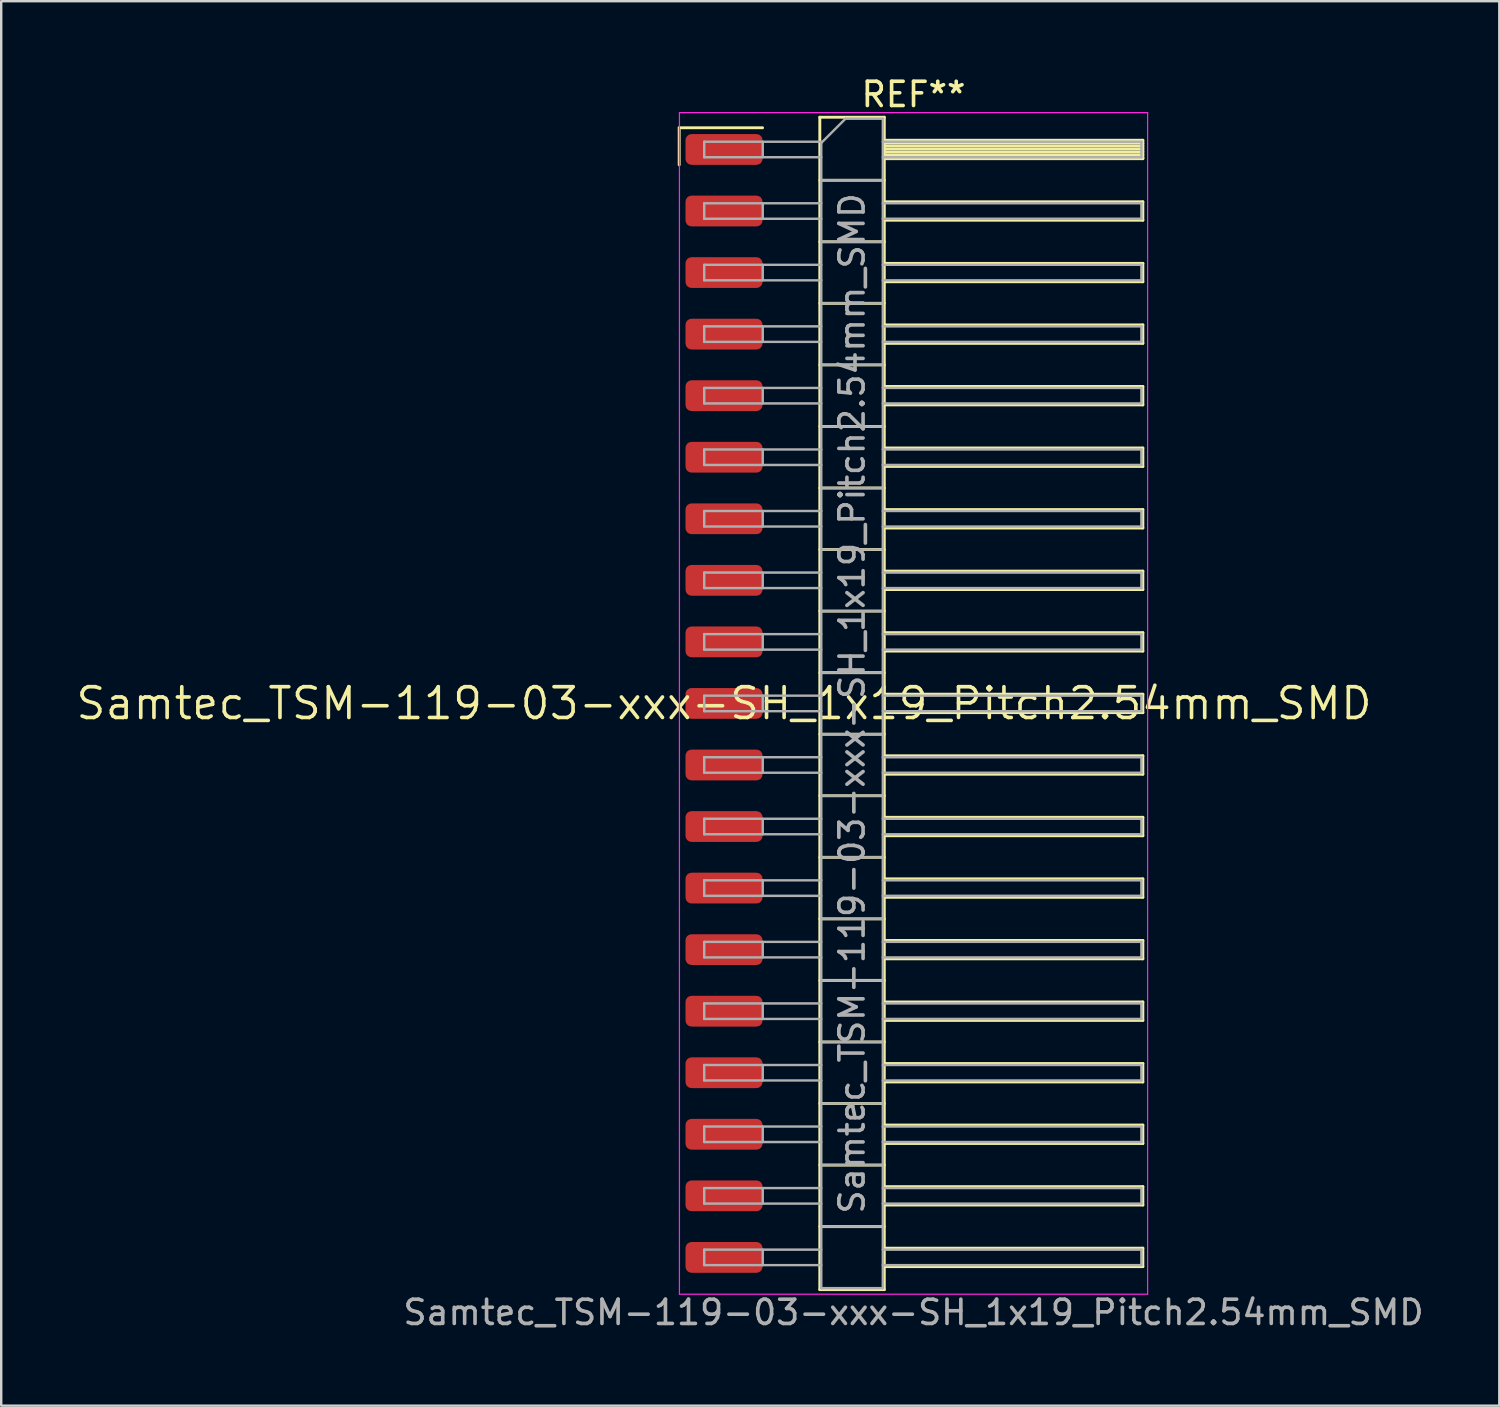
<source format=kicad_pcb>
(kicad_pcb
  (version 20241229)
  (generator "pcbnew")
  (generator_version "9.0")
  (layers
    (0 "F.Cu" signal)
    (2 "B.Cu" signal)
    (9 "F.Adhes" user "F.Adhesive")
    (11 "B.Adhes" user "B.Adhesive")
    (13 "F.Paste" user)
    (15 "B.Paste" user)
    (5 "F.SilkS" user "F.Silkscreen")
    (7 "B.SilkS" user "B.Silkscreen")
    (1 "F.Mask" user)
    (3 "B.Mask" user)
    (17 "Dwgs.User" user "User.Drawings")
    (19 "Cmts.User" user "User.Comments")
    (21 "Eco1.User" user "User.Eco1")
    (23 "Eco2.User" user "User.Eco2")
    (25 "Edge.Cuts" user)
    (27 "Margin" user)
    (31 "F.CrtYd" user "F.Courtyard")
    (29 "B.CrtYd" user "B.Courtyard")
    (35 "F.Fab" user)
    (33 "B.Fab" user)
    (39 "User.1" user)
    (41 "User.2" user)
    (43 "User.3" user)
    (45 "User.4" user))
  (footprint "Samtec_TSM-119-03-xxx-SH_1x19_Pitch2.54mm_SMD"
    (layer "F.Cu")
    (at 26.828 25.978)
    (property "Reference" "Samtec_TSM-119-03-xxx-SH_1x19_Pitch2.54mm_SMD" (at 0 0 0) (layer "F.SilkS") (effects (font (size 1.27 1.27) (thickness 0.15))))
    (attr smd)
    (fp_line (start -1.85 -23.755) (end 1.59 -23.755) (stroke (width 0.12) (type solid)) (layer "F.SilkS"))
    (fp_line (start -1.85 -22.225) (end -1.85 -23.755) (stroke (width 0.12) (type solid)) (layer "F.SilkS"))
    (fp_line (start 3.953 -24.19) (end 6.613 -24.19) (stroke (width 0.12) (type solid)) (layer "F.SilkS"))
    (fp_line (start 3.953 -21.59) (end 6.613 -21.59) (stroke (width 0.12) (type solid)) (layer "F.SilkS"))
    (fp_line (start 3.953 -19.05) (end 6.613 -19.05) (stroke (width 0.12) (type solid)) (layer "F.SilkS"))
    (fp_line (start 3.953 -16.51) (end 6.613 -16.51) (stroke (width 0.12) (type solid)) (layer "F.SilkS"))
    (fp_line (start 3.953 -13.97) (end 6.613 -13.97) (stroke (width 0.12) (type solid)) (layer "F.SilkS"))
    (fp_line (start 3.953 -11.43) (end 6.613 -11.43) (stroke (width 0.12) (type solid)) (layer "F.SilkS"))
    (fp_line (start 3.953 -8.89) (end 6.613 -8.89) (stroke (width 0.12) (type solid)) (layer "F.SilkS"))
    (fp_line (start 3.953 -6.35) (end 6.613 -6.35) (stroke (width 0.12) (type solid)) (layer "F.SilkS"))
    (fp_line (start 3.953 -3.81) (end 6.613 -3.81) (stroke (width 0.12) (type solid)) (layer "F.SilkS"))
    (fp_line (start 3.953 -1.27) (end 6.613 -1.27) (stroke (width 0.12) (type solid)) (layer "F.SilkS"))
    (fp_line (start 3.953 1.27) (end 6.613 1.27) (stroke (width 0.12) (type solid)) (layer "F.SilkS"))
    (fp_line (start 3.953 3.81) (end 6.613 3.81) (stroke (width 0.12) (type solid)) (layer "F.SilkS"))
    (fp_line (start 3.953 6.35) (end 6.613 6.35) (stroke (width 0.12) (type solid)) (layer "F.SilkS"))
    (fp_line (start 3.953 8.89) (end 6.613 8.89) (stroke (width 0.12) (type solid)) (layer "F.SilkS"))
    (fp_line (start 3.953 11.43) (end 6.613 11.43) (stroke (width 0.12) (type solid)) (layer "F.SilkS"))
    (fp_line (start 3.953 13.97) (end 6.613 13.97) (stroke (width 0.12) (type solid)) (layer "F.SilkS"))
    (fp_line (start 3.953 16.51) (end 6.613 16.51) (stroke (width 0.12) (type solid)) (layer "F.SilkS"))
    (fp_line (start 3.953 19.05) (end 6.613 19.05) (stroke (width 0.12) (type solid)) (layer "F.SilkS"))
    (fp_line (start 3.953 21.59) (end 6.613 21.59) (stroke (width 0.12) (type solid)) (layer "F.SilkS"))
    (fp_line (start 3.953 24.19) (end 3.953 -24.19) (stroke (width 0.12) (type solid)) (layer "F.SilkS"))
    (fp_line (start 6.613 -24.19) (end 6.613 24.19) (stroke (width 0.12) (type solid)) (layer "F.SilkS"))
    (fp_line (start 6.613 -23.24) (end 17.283 -23.24) (stroke (width 0.12) (type solid)) (layer "F.SilkS"))
    (fp_line (start 6.613 -23.12) (end 17.283 -23.12) (stroke (width 0.12) (type solid)) (layer "F.SilkS"))
    (fp_line (start 6.613 -23) (end 17.283 -23) (stroke (width 0.12) (type solid)) (layer "F.SilkS"))
    (fp_line (start 6.613 -22.88) (end 17.283 -22.88) (stroke (width 0.12) (type solid)) (layer "F.SilkS"))
    (fp_line (start 6.613 -22.76) (end 17.283 -22.76) (stroke (width 0.12) (type solid)) (layer "F.SilkS"))
    (fp_line (start 6.613 -22.64) (end 17.283 -22.64) (stroke (width 0.12) (type solid)) (layer "F.SilkS"))
    (fp_line (start 6.613 -22.52) (end 17.283 -22.52) (stroke (width 0.12) (type solid)) (layer "F.SilkS"))
    (fp_line (start 6.613 -22.48) (end 17.283 -22.48) (stroke (width 0.12) (type solid)) (layer "F.SilkS"))
    (fp_line (start 6.613 -20.7) (end 17.283 -20.7) (stroke (width 0.12) (type solid)) (layer "F.SilkS"))
    (fp_line (start 6.613 -19.94) (end 17.283 -19.94) (stroke (width 0.12) (type solid)) (layer "F.SilkS"))
    (fp_line (start 6.613 -18.16) (end 17.283 -18.16) (stroke (width 0.12) (type solid)) (layer "F.SilkS"))
    (fp_line (start 6.613 -17.4) (end 17.283 -17.4) (stroke (width 0.12) (type solid)) (layer "F.SilkS"))
    (fp_line (start 6.613 -15.62) (end 17.283 -15.62) (stroke (width 0.12) (type solid)) (layer "F.SilkS"))
    (fp_line (start 6.613 -14.86) (end 17.283 -14.86) (stroke (width 0.12) (type solid)) (layer "F.SilkS"))
    (fp_line (start 6.613 -13.08) (end 17.283 -13.08) (stroke (width 0.12) (type solid)) (layer "F.SilkS"))
    (fp_line (start 6.613 -12.32) (end 17.283 -12.32) (stroke (width 0.12) (type solid)) (layer "F.SilkS"))
    (fp_line (start 6.613 -10.54) (end 17.283 -10.54) (stroke (width 0.12) (type solid)) (layer "F.SilkS"))
    (fp_line (start 6.613 -9.78) (end 17.283 -9.78) (stroke (width 0.12) (type solid)) (layer "F.SilkS"))
    (fp_line (start 6.613 -8) (end 17.283 -8) (stroke (width 0.12) (type solid)) (layer "F.SilkS"))
    (fp_line (start 6.613 -7.24) (end 17.283 -7.24) (stroke (width 0.12) (type solid)) (layer "F.SilkS"))
    (fp_line (start 6.613 -5.46) (end 17.283 -5.46) (stroke (width 0.12) (type solid)) (layer "F.SilkS"))
    (fp_line (start 6.613 -4.7) (end 17.283 -4.7) (stroke (width 0.12) (type solid)) (layer "F.SilkS"))
    (fp_line (start 6.613 -2.92) (end 17.283 -2.92) (stroke (width 0.12) (type solid)) (layer "F.SilkS"))
    (fp_line (start 6.613 -2.16) (end 17.283 -2.16) (stroke (width 0.12) (type solid)) (layer "F.SilkS"))
    (fp_line (start 6.613 -0.38) (end 17.283 -0.38) (stroke (width 0.12) (type solid)) (layer "F.SilkS"))
    (fp_line (start 6.613 0.38) (end 17.283 0.38) (stroke (width 0.12) (type solid)) (layer "F.SilkS"))
    (fp_line (start 6.613 2.16) (end 17.283 2.16) (stroke (width 0.12) (type solid)) (layer "F.SilkS"))
    (fp_line (start 6.613 2.92) (end 17.283 2.92) (stroke (width 0.12) (type solid)) (layer "F.SilkS"))
    (fp_line (start 6.613 4.7) (end 17.283 4.7) (stroke (width 0.12) (type solid)) (layer "F.SilkS"))
    (fp_line (start 6.613 5.46) (end 17.283 5.46) (stroke (width 0.12) (type solid)) (layer "F.SilkS"))
    (fp_line (start 6.613 7.24) (end 17.283 7.24) (stroke (width 0.12) (type solid)) (layer "F.SilkS"))
    (fp_line (start 6.613 8) (end 17.283 8) (stroke (width 0.12) (type solid)) (layer "F.SilkS"))
    (fp_line (start 6.613 9.78) (end 17.283 9.78) (stroke (width 0.12) (type solid)) (layer "F.SilkS"))
    (fp_line (start 6.613 10.54) (end 17.283 10.54) (stroke (width 0.12) (type solid)) (layer "F.SilkS"))
    (fp_line (start 6.613 12.32) (end 17.283 12.32) (stroke (width 0.12) (type solid)) (layer "F.SilkS"))
    (fp_line (start 6.613 13.08) (end 17.283 13.08) (stroke (width 0.12) (type solid)) (layer "F.SilkS"))
    (fp_line (start 6.613 14.86) (end 17.283 14.86) (stroke (width 0.12) (type solid)) (layer "F.SilkS"))
    (fp_line (start 6.613 15.62) (end 17.283 15.62) (stroke (width 0.12) (type solid)) (layer "F.SilkS"))
    (fp_line (start 6.613 17.4) (end 17.283 17.4) (stroke (width 0.12) (type solid)) (layer "F.SilkS"))
    (fp_line (start 6.613 18.16) (end 17.283 18.16) (stroke (width 0.12) (type solid)) (layer "F.SilkS"))
    (fp_line (start 6.613 19.94) (end 17.283 19.94) (stroke (width 0.12) (type solid)) (layer "F.SilkS"))
    (fp_line (start 6.613 20.7) (end 17.283 20.7) (stroke (width 0.12) (type solid)) (layer "F.SilkS"))
    (fp_line (start 6.613 22.48) (end 17.283 22.48) (stroke (width 0.12) (type solid)) (layer "F.SilkS"))
    (fp_line (start 6.613 23.24) (end 17.283 23.24) (stroke (width 0.12) (type solid)) (layer "F.SilkS"))
    (fp_line (start 6.613 24.19) (end 3.953 24.19) (stroke (width 0.12) (type solid)) (layer "F.SilkS"))
    (fp_line (start 17.283 -23.24) (end 17.283 -22.48) (stroke (width 0.12) (type solid)) (layer "F.SilkS"))
    (fp_line (start 17.283 -20.7) (end 17.283 -19.94) (stroke (width 0.12) (type solid)) (layer "F.SilkS"))
    (fp_line (start 17.283 -18.16) (end 17.283 -17.4) (stroke (width 0.12) (type solid)) (layer "F.SilkS"))
    (fp_line (start 17.283 -15.62) (end 17.283 -14.86) (stroke (width 0.12) (type solid)) (layer "F.SilkS"))
    (fp_line (start 17.283 -13.08) (end 17.283 -12.32) (stroke (width 0.12) (type solid)) (layer "F.SilkS"))
    (fp_line (start 17.283 -10.54) (end 17.283 -9.78) (stroke (width 0.12) (type solid)) (layer "F.SilkS"))
    (fp_line (start 17.283 -8) (end 17.283 -7.24) (stroke (width 0.12) (type solid)) (layer "F.SilkS"))
    (fp_line (start 17.283 -5.46) (end 17.283 -4.7) (stroke (width 0.12) (type solid)) (layer "F.SilkS"))
    (fp_line (start 17.283 -2.92) (end 17.283 -2.16) (stroke (width 0.12) (type solid)) (layer "F.SilkS"))
    (fp_line (start 17.283 -0.38) (end 17.283 0.38) (stroke (width 0.12) (type solid)) (layer "F.SilkS"))
    (fp_line (start 17.283 2.16) (end 17.283 2.92) (stroke (width 0.12) (type solid)) (layer "F.SilkS"))
    (fp_line (start 17.283 4.7) (end 17.283 5.46) (stroke (width 0.12) (type solid)) (layer "F.SilkS"))
    (fp_line (start 17.283 7.24) (end 17.283 8) (stroke (width 0.12) (type solid)) (layer "F.SilkS"))
    (fp_line (start 17.283 9.78) (end 17.283 10.54) (stroke (width 0.12) (type solid)) (layer "F.SilkS"))
    (fp_line (start 17.283 12.32) (end 17.283 13.08) (stroke (width 0.12) (type solid)) (layer "F.SilkS"))
    (fp_line (start 17.283 14.86) (end 17.283 15.62) (stroke (width 0.12) (type solid)) (layer "F.SilkS"))
    (fp_line (start 17.283 17.4) (end 17.283 18.16) (stroke (width 0.12) (type solid)) (layer "F.SilkS"))
    (fp_line (start 17.283 19.94) (end 17.283 20.7) (stroke (width 0.12) (type solid)) (layer "F.SilkS"))
    (fp_line (start 17.283 22.48) (end 17.283 23.24) (stroke (width 0.12) (type solid)) (layer "F.SilkS"))
    (fp_line (start -1.84 -24.38) (end 17.48 -24.38) (stroke (width 0.05) (type solid)) (layer "F.CrtYd"))
    (fp_line (start -1.84 24.38) (end -1.84 -24.38) (stroke (width 0.05) (type solid)) (layer "F.CrtYd"))
    (fp_line (start 17.48 -24.38) (end 17.48 24.38) (stroke (width 0.05) (type solid)) (layer "F.CrtYd"))
    (fp_line (start 17.48 24.38) (end -1.84 24.38) (stroke (width 0.05) (type solid)) (layer "F.CrtYd"))
    (fp_line (start -0.817 -23.18) (end -0.817 -22.54) (stroke (width 0.1) (type solid)) (layer "F.Fab"))
    (fp_line (start -0.817 -23.18) (end 4.013 -23.18) (stroke (width 0.1) (type solid)) (layer "F.Fab"))
    (fp_line (start -0.817 -22.54) (end 4.013 -22.54) (stroke (width 0.1) (type solid)) (layer "F.Fab"))
    (fp_line (start -0.817 -20.64) (end -0.817 -20) (stroke (width 0.1) (type solid)) (layer "F.Fab"))
    (fp_line (start -0.817 -20.64) (end 4.013 -20.64) (stroke (width 0.1) (type solid)) (layer "F.Fab"))
    (fp_line (start -0.817 -20) (end 4.013 -20) (stroke (width 0.1) (type solid)) (layer "F.Fab"))
    (fp_line (start -0.817 -18.1) (end -0.817 -17.46) (stroke (width 0.1) (type solid)) (layer "F.Fab"))
    (fp_line (start -0.817 -18.1) (end 4.013 -18.1) (stroke (width 0.1) (type solid)) (layer "F.Fab"))
    (fp_line (start -0.817 -17.46) (end 4.013 -17.46) (stroke (width 0.1) (type solid)) (layer "F.Fab"))
    (fp_line (start -0.817 -15.56) (end -0.817 -14.92) (stroke (width 0.1) (type solid)) (layer "F.Fab"))
    (fp_line (start -0.817 -15.56) (end 4.013 -15.56) (stroke (width 0.1) (type solid)) (layer "F.Fab"))
    (fp_line (start -0.817 -14.92) (end 4.013 -14.92) (stroke (width 0.1) (type solid)) (layer "F.Fab"))
    (fp_line (start -0.817 -13.02) (end -0.817 -12.38) (stroke (width 0.1) (type solid)) (layer "F.Fab"))
    (fp_line (start -0.817 -13.02) (end 4.013 -13.02) (stroke (width 0.1) (type solid)) (layer "F.Fab"))
    (fp_line (start -0.817 -12.38) (end 4.013 -12.38) (stroke (width 0.1) (type solid)) (layer "F.Fab"))
    (fp_line (start -0.817 -10.48) (end -0.817 -9.84) (stroke (width 0.1) (type solid)) (layer "F.Fab"))
    (fp_line (start -0.817 -10.48) (end 4.013 -10.48) (stroke (width 0.1) (type solid)) (layer "F.Fab"))
    (fp_line (start -0.817 -9.84) (end 4.013 -9.84) (stroke (width 0.1) (type solid)) (layer "F.Fab"))
    (fp_line (start -0.817 -7.94) (end -0.817 -7.3) (stroke (width 0.1) (type solid)) (layer "F.Fab"))
    (fp_line (start -0.817 -7.94) (end 4.013 -7.94) (stroke (width 0.1) (type solid)) (layer "F.Fab"))
    (fp_line (start -0.817 -7.3) (end 4.013 -7.3) (stroke (width 0.1) (type solid)) (layer "F.Fab"))
    (fp_line (start -0.817 -5.4) (end -0.817 -4.76) (stroke (width 0.1) (type solid)) (layer "F.Fab"))
    (fp_line (start -0.817 -5.4) (end 4.013 -5.4) (stroke (width 0.1) (type solid)) (layer "F.Fab"))
    (fp_line (start -0.817 -4.76) (end 4.013 -4.76) (stroke (width 0.1) (type solid)) (layer "F.Fab"))
    (fp_line (start -0.817 -2.86) (end -0.817 -2.22) (stroke (width 0.1) (type solid)) (layer "F.Fab"))
    (fp_line (start -0.817 -2.86) (end 4.013 -2.86) (stroke (width 0.1) (type solid)) (layer "F.Fab"))
    (fp_line (start -0.817 -2.22) (end 4.013 -2.22) (stroke (width 0.1) (type solid)) (layer "F.Fab"))
    (fp_line (start -0.817 -0.32) (end -0.817 0.32) (stroke (width 0.1) (type solid)) (layer "F.Fab"))
    (fp_line (start -0.817 -0.32) (end 4.013 -0.32) (stroke (width 0.1) (type solid)) (layer "F.Fab"))
    (fp_line (start -0.817 0.32) (end 4.013 0.32) (stroke (width 0.1) (type solid)) (layer "F.Fab"))
    (fp_line (start -0.817 2.22) (end -0.817 2.86) (stroke (width 0.1) (type solid)) (layer "F.Fab"))
    (fp_line (start -0.817 2.22) (end 4.013 2.22) (stroke (width 0.1) (type solid)) (layer "F.Fab"))
    (fp_line (start -0.817 2.86) (end 4.013 2.86) (stroke (width 0.1) (type solid)) (layer "F.Fab"))
    (fp_line (start -0.817 4.76) (end -0.817 5.4) (stroke (width 0.1) (type solid)) (layer "F.Fab"))
    (fp_line (start -0.817 4.76) (end 4.013 4.76) (stroke (width 0.1) (type solid)) (layer "F.Fab"))
    (fp_line (start -0.817 5.4) (end 4.013 5.4) (stroke (width 0.1) (type solid)) (layer "F.Fab"))
    (fp_line (start -0.817 7.3) (end -0.817 7.94) (stroke (width 0.1) (type solid)) (layer "F.Fab"))
    (fp_line (start -0.817 7.3) (end 4.013 7.3) (stroke (width 0.1) (type solid)) (layer "F.Fab"))
    (fp_line (start -0.817 7.94) (end 4.013 7.94) (stroke (width 0.1) (type solid)) (layer "F.Fab"))
    (fp_line (start -0.817 9.84) (end -0.817 10.48) (stroke (width 0.1) (type solid)) (layer "F.Fab"))
    (fp_line (start -0.817 9.84) (end 4.013 9.84) (stroke (width 0.1) (type solid)) (layer "F.Fab"))
    (fp_line (start -0.817 10.48) (end 4.013 10.48) (stroke (width 0.1) (type solid)) (layer "F.Fab"))
    (fp_line (start -0.817 12.38) (end -0.817 13.02) (stroke (width 0.1) (type solid)) (layer "F.Fab"))
    (fp_line (start -0.817 12.38) (end 4.013 12.38) (stroke (width 0.1) (type solid)) (layer "F.Fab"))
    (fp_line (start -0.817 13.02) (end 4.013 13.02) (stroke (width 0.1) (type solid)) (layer "F.Fab"))
    (fp_line (start -0.817 14.92) (end -0.817 15.56) (stroke (width 0.1) (type solid)) (layer "F.Fab"))
    (fp_line (start -0.817 14.92) (end 4.013 14.92) (stroke (width 0.1) (type solid)) (layer "F.Fab"))
    (fp_line (start -0.817 15.56) (end 4.013 15.56) (stroke (width 0.1) (type solid)) (layer "F.Fab"))
    (fp_line (start -0.817 17.46) (end -0.817 18.1) (stroke (width 0.1) (type solid)) (layer "F.Fab"))
    (fp_line (start -0.817 17.46) (end 4.013 17.46) (stroke (width 0.1) (type solid)) (layer "F.Fab"))
    (fp_line (start -0.817 18.1) (end 4.013 18.1) (stroke (width 0.1) (type solid)) (layer "F.Fab"))
    (fp_line (start -0.817 20) (end -0.817 20.64) (stroke (width 0.1) (type solid)) (layer "F.Fab"))
    (fp_line (start -0.817 20) (end 4.013 20) (stroke (width 0.1) (type solid)) (layer "F.Fab"))
    (fp_line (start -0.817 20.64) (end 4.013 20.64) (stroke (width 0.1) (type solid)) (layer "F.Fab"))
    (fp_line (start -0.817 22.54) (end -0.817 23.18) (stroke (width 0.1) (type solid)) (layer "F.Fab"))
    (fp_line (start -0.817 22.54) (end 4.013 22.54) (stroke (width 0.1) (type solid)) (layer "F.Fab"))
    (fp_line (start -0.817 23.18) (end 4.013 23.18) (stroke (width 0.1) (type solid)) (layer "F.Fab"))
    (fp_line (start 1.598 -23.18) (end 1.598 -22.54) (stroke (width 0.1) (type solid)) (layer "F.Fab"))
    (fp_line (start 1.598 -20.64) (end 1.598 -20) (stroke (width 0.1) (type solid)) (layer "F.Fab"))
    (fp_line (start 1.598 -18.1) (end 1.598 -17.46) (stroke (width 0.1) (type solid)) (layer "F.Fab"))
    (fp_line (start 1.598 -15.56) (end 1.598 -14.92) (stroke (width 0.1) (type solid)) (layer "F.Fab"))
    (fp_line (start 1.598 -13.02) (end 1.598 -12.38) (stroke (width 0.1) (type solid)) (layer "F.Fab"))
    (fp_line (start 1.598 -10.48) (end 1.598 -9.84) (stroke (width 0.1) (type solid)) (layer "F.Fab"))
    (fp_line (start 1.598 -7.94) (end 1.598 -7.3) (stroke (width 0.1) (type solid)) (layer "F.Fab"))
    (fp_line (start 1.598 -5.4) (end 1.598 -4.76) (stroke (width 0.1) (type solid)) (layer "F.Fab"))
    (fp_line (start 1.598 -2.86) (end 1.598 -2.22) (stroke (width 0.1) (type solid)) (layer "F.Fab"))
    (fp_line (start 1.598 -0.32) (end 1.598 0.32) (stroke (width 0.1) (type solid)) (layer "F.Fab"))
    (fp_line (start 1.598 2.22) (end 1.598 2.86) (stroke (width 0.1) (type solid)) (layer "F.Fab"))
    (fp_line (start 1.598 4.76) (end 1.598 5.4) (stroke (width 0.1) (type solid)) (layer "F.Fab"))
    (fp_line (start 1.598 7.3) (end 1.598 7.94) (stroke (width 0.1) (type solid)) (layer "F.Fab"))
    (fp_line (start 1.598 9.84) (end 1.598 10.48) (stroke (width 0.1) (type solid)) (layer "F.Fab"))
    (fp_line (start 1.598 12.38) (end 1.598 13.02) (stroke (width 0.1) (type solid)) (layer "F.Fab"))
    (fp_line (start 1.598 14.92) (end 1.598 15.56) (stroke (width 0.1) (type solid)) (layer "F.Fab"))
    (fp_line (start 1.598 17.46) (end 1.598 18.1) (stroke (width 0.1) (type solid)) (layer "F.Fab"))
    (fp_line (start 1.598 20) (end 1.598 20.64) (stroke (width 0.1) (type solid)) (layer "F.Fab"))
    (fp_line (start 1.598 22.54) (end 1.598 23.18) (stroke (width 0.1) (type solid)) (layer "F.Fab"))
    (fp_line (start 4.013 -23.13) (end 5.013 -24.13) (stroke (width 0.1) (type solid)) (layer "F.Fab"))
    (fp_line (start 4.013 -21.59) (end 6.553 -21.59) (stroke (width 0.1) (type solid)) (layer "F.Fab"))
    (fp_line (start 4.013 -19.05) (end 6.553 -19.05) (stroke (width 0.1) (type solid)) (layer "F.Fab"))
    (fp_line (start 4.013 -16.51) (end 6.553 -16.51) (stroke (width 0.1) (type solid)) (layer "F.Fab"))
    (fp_line (start 4.013 -13.97) (end 6.553 -13.97) (stroke (width 0.1) (type solid)) (layer "F.Fab"))
    (fp_line (start 4.013 -11.43) (end 6.553 -11.43) (stroke (width 0.1) (type solid)) (layer "F.Fab"))
    (fp_line (start 4.013 -8.89) (end 6.553 -8.89) (stroke (width 0.1) (type solid)) (layer "F.Fab"))
    (fp_line (start 4.013 -6.35) (end 6.553 -6.35) (stroke (width 0.1) (type solid)) (layer "F.Fab"))
    (fp_line (start 4.013 -3.81) (end 6.553 -3.81) (stroke (width 0.1) (type solid)) (layer "F.Fab"))
    (fp_line (start 4.013 -1.27) (end 6.553 -1.27) (stroke (width 0.1) (type solid)) (layer "F.Fab"))
    (fp_line (start 4.013 1.27) (end 6.553 1.27) (stroke (width 0.1) (type solid)) (layer "F.Fab"))
    (fp_line (start 4.013 3.81) (end 6.553 3.81) (stroke (width 0.1) (type solid)) (layer "F.Fab"))
    (fp_line (start 4.013 6.35) (end 6.553 6.35) (stroke (width 0.1) (type solid)) (layer "F.Fab"))
    (fp_line (start 4.013 8.89) (end 6.553 8.89) (stroke (width 0.1) (type solid)) (layer "F.Fab"))
    (fp_line (start 4.013 11.43) (end 6.553 11.43) (stroke (width 0.1) (type solid)) (layer "F.Fab"))
    (fp_line (start 4.013 13.97) (end 6.553 13.97) (stroke (width 0.1) (type solid)) (layer "F.Fab"))
    (fp_line (start 4.013 16.51) (end 6.553 16.51) (stroke (width 0.1) (type solid)) (layer "F.Fab"))
    (fp_line (start 4.013 19.05) (end 6.553 19.05) (stroke (width 0.1) (type solid)) (layer "F.Fab"))
    (fp_line (start 4.013 21.59) (end 6.553 21.59) (stroke (width 0.1) (type solid)) (layer "F.Fab"))
    (fp_line (start 4.013 24.13) (end 4.013 -23.13) (stroke (width 0.1) (type solid)) (layer "F.Fab"))
    (fp_line (start 5.013 -24.13) (end 6.553 -24.13) (stroke (width 0.1) (type solid)) (layer "F.Fab"))
    (fp_line (start 6.553 -24.13) (end 6.553 24.13) (stroke (width 0.1) (type solid)) (layer "F.Fab"))
    (fp_line (start 6.553 -23.18) (end 17.223 -23.18) (stroke (width 0.1) (type solid)) (layer "F.Fab"))
    (fp_line (start 6.553 -22.54) (end 17.223 -22.54) (stroke (width 0.1) (type solid)) (layer "F.Fab"))
    (fp_line (start 6.553 -20.64) (end 17.223 -20.64) (stroke (width 0.1) (type solid)) (layer "F.Fab"))
    (fp_line (start 6.553 -20) (end 17.223 -20) (stroke (width 0.1) (type solid)) (layer "F.Fab"))
    (fp_line (start 6.553 -18.1) (end 17.223 -18.1) (stroke (width 0.1) (type solid)) (layer "F.Fab"))
    (fp_line (start 6.553 -17.46) (end 17.223 -17.46) (stroke (width 0.1) (type solid)) (layer "F.Fab"))
    (fp_line (start 6.553 -15.56) (end 17.223 -15.56) (stroke (width 0.1) (type solid)) (layer "F.Fab"))
    (fp_line (start 6.553 -14.92) (end 17.223 -14.92) (stroke (width 0.1) (type solid)) (layer "F.Fab"))
    (fp_line (start 6.553 -13.02) (end 17.223 -13.02) (stroke (width 0.1) (type solid)) (layer "F.Fab"))
    (fp_line (start 6.553 -12.38) (end 17.223 -12.38) (stroke (width 0.1) (type solid)) (layer "F.Fab"))
    (fp_line (start 6.553 -10.48) (end 17.223 -10.48) (stroke (width 0.1) (type solid)) (layer "F.Fab"))
    (fp_line (start 6.553 -9.84) (end 17.223 -9.84) (stroke (width 0.1) (type solid)) (layer "F.Fab"))
    (fp_line (start 6.553 -7.94) (end 17.223 -7.94) (stroke (width 0.1) (type solid)) (layer "F.Fab"))
    (fp_line (start 6.553 -7.3) (end 17.223 -7.3) (stroke (width 0.1) (type solid)) (layer "F.Fab"))
    (fp_line (start 6.553 -5.4) (end 17.223 -5.4) (stroke (width 0.1) (type solid)) (layer "F.Fab"))
    (fp_line (start 6.553 -4.76) (end 17.223 -4.76) (stroke (width 0.1) (type solid)) (layer "F.Fab"))
    (fp_line (start 6.553 -2.86) (end 17.223 -2.86) (stroke (width 0.1) (type solid)) (layer "F.Fab"))
    (fp_line (start 6.553 -2.22) (end 17.223 -2.22) (stroke (width 0.1) (type solid)) (layer "F.Fab"))
    (fp_line (start 6.553 -0.32) (end 17.223 -0.32) (stroke (width 0.1) (type solid)) (layer "F.Fab"))
    (fp_line (start 6.553 0.32) (end 17.223 0.32) (stroke (width 0.1) (type solid)) (layer "F.Fab"))
    (fp_line (start 6.553 2.22) (end 17.223 2.22) (stroke (width 0.1) (type solid)) (layer "F.Fab"))
    (fp_line (start 6.553 2.86) (end 17.223 2.86) (stroke (width 0.1) (type solid)) (layer "F.Fab"))
    (fp_line (start 6.553 4.76) (end 17.223 4.76) (stroke (width 0.1) (type solid)) (layer "F.Fab"))
    (fp_line (start 6.553 5.4) (end 17.223 5.4) (stroke (width 0.1) (type solid)) (layer "F.Fab"))
    (fp_line (start 6.553 7.3) (end 17.223 7.3) (stroke (width 0.1) (type solid)) (layer "F.Fab"))
    (fp_line (start 6.553 7.94) (end 17.223 7.94) (stroke (width 0.1) (type solid)) (layer "F.Fab"))
    (fp_line (start 6.553 9.84) (end 17.223 9.84) (stroke (width 0.1) (type solid)) (layer "F.Fab"))
    (fp_line (start 6.553 10.48) (end 17.223 10.48) (stroke (width 0.1) (type solid)) (layer "F.Fab"))
    (fp_line (start 6.553 12.38) (end 17.223 12.38) (stroke (width 0.1) (type solid)) (layer "F.Fab"))
    (fp_line (start 6.553 13.02) (end 17.223 13.02) (stroke (width 0.1) (type solid)) (layer "F.Fab"))
    (fp_line (start 6.553 14.92) (end 17.223 14.92) (stroke (width 0.1) (type solid)) (layer "F.Fab"))
    (fp_line (start 6.553 15.56) (end 17.223 15.56) (stroke (width 0.1) (type solid)) (layer "F.Fab"))
    (fp_line (start 6.553 17.46) (end 17.223 17.46) (stroke (width 0.1) (type solid)) (layer "F.Fab"))
    (fp_line (start 6.553 18.1) (end 17.223 18.1) (stroke (width 0.1) (type solid)) (layer "F.Fab"))
    (fp_line (start 6.553 20) (end 17.223 20) (stroke (width 0.1) (type solid)) (layer "F.Fab"))
    (fp_line (start 6.553 20.64) (end 17.223 20.64) (stroke (width 0.1) (type solid)) (layer "F.Fab"))
    (fp_line (start 6.553 22.54) (end 17.223 22.54) (stroke (width 0.1) (type solid)) (layer "F.Fab"))
    (fp_line (start 6.553 23.18) (end 17.223 23.18) (stroke (width 0.1) (type solid)) (layer "F.Fab"))
    (fp_line (start 6.553 24.13) (end 4.013 24.13) (stroke (width 0.1) (type solid)) (layer "F.Fab"))
    (fp_line (start 17.223 -23.18) (end 17.223 -22.54) (stroke (width 0.1) (type solid)) (layer "F.Fab"))
    (fp_line (start 17.223 -20.64) (end 17.223 -20) (stroke (width 0.1) (type solid)) (layer "F.Fab"))
    (fp_line (start 17.223 -18.1) (end 17.223 -17.46) (stroke (width 0.1) (type solid)) (layer "F.Fab"))
    (fp_line (start 17.223 -15.56) (end 17.223 -14.92) (stroke (width 0.1) (type solid)) (layer "F.Fab"))
    (fp_line (start 17.223 -13.02) (end 17.223 -12.38) (stroke (width 0.1) (type solid)) (layer "F.Fab"))
    (fp_line (start 17.223 -10.48) (end 17.223 -9.84) (stroke (width 0.1) (type solid)) (layer "F.Fab"))
    (fp_line (start 17.223 -7.94) (end 17.223 -7.3) (stroke (width 0.1) (type solid)) (layer "F.Fab"))
    (fp_line (start 17.223 -5.4) (end 17.223 -4.76) (stroke (width 0.1) (type solid)) (layer "F.Fab"))
    (fp_line (start 17.223 -2.86) (end 17.223 -2.22) (stroke (width 0.1) (type solid)) (layer "F.Fab"))
    (fp_line (start 17.223 -0.32) (end 17.223 0.32) (stroke (width 0.1) (type solid)) (layer "F.Fab"))
    (fp_line (start 17.223 2.22) (end 17.223 2.86) (stroke (width 0.1) (type solid)) (layer "F.Fab"))
    (fp_line (start 17.223 4.76) (end 17.223 5.4) (stroke (width 0.1) (type solid)) (layer "F.Fab"))
    (fp_line (start 17.223 7.3) (end 17.223 7.94) (stroke (width 0.1) (type solid)) (layer "F.Fab"))
    (fp_line (start 17.223 9.84) (end 17.223 10.48) (stroke (width 0.1) (type solid)) (layer "F.Fab"))
    (fp_line (start 17.223 12.38) (end 17.223 13.02) (stroke (width 0.1) (type solid)) (layer "F.Fab"))
    (fp_line (start 17.223 14.92) (end 17.223 15.56) (stroke (width 0.1) (type solid)) (layer "F.Fab"))
    (fp_line (start 17.223 17.46) (end 17.223 18.1) (stroke (width 0.1) (type solid)) (layer "F.Fab"))
    (fp_line (start 17.223 20) (end 17.223 20.64) (stroke (width 0.1) (type solid)) (layer "F.Fab"))
    (fp_line (start 17.223 22.54) (end 17.223 23.18) (stroke (width 0.1) (type solid)) (layer "F.Fab"))
    (fp_text user "REF**" (at 7.82 -25.13 0) (layer "F.SilkS") (effects (font (size 1 1) (thickness 0.15))))
    (fp_text user "${REFERENCE}" (at 5.283 0 90) (layer "F.Fab") (effects (font (size 1 1) (thickness 0.15))))
    (fp_text user "Samtec_TSM-119-03-xxx-SH_1x19_Pitch2.54mm_SMD" (at 7.82 25.13 0) (layer "F.Fab") (effects (font (size 1 1) (thickness 0.15))))
    (pad "1" smd roundrect (at 0 -22.86) (size 3.18 1.27) (layers "F.Cu" "F.Mask" "F.Paste") (roundrect_rratio 0.197))
    (pad "2" smd roundrect (at 0 -20.32) (size 3.18 1.27) (layers "F.Cu" "F.Mask" "F.Paste") (roundrect_rratio 0.197))
    (pad "3" smd roundrect (at 0 -17.78) (size 3.18 1.27) (layers "F.Cu" "F.Mask" "F.Paste") (roundrect_rratio 0.197))
    (pad "4" smd roundrect (at 0 -15.24) (size 3.18 1.27) (layers "F.Cu" "F.Mask" "F.Paste") (roundrect_rratio 0.197))
    (pad "5" smd roundrect (at 0 -12.7) (size 3.18 1.27) (layers "F.Cu" "F.Mask" "F.Paste") (roundrect_rratio 0.197))
    (pad "6" smd roundrect (at 0 -10.16) (size 3.18 1.27) (layers "F.Cu" "F.Mask" "F.Paste") (roundrect_rratio 0.197))
    (pad "7" smd roundrect (at 0 -7.62) (size 3.18 1.27) (layers "F.Cu" "F.Mask" "F.Paste") (roundrect_rratio 0.197))
    (pad "8" smd roundrect (at 0 -5.08) (size 3.18 1.27) (layers "F.Cu" "F.Mask" "F.Paste") (roundrect_rratio 0.197))
    (pad "9" smd roundrect (at 0 -2.54) (size 3.18 1.27) (layers "F.Cu" "F.Mask" "F.Paste") (roundrect_rratio 0.197))
    (pad "10" smd roundrect (at 0 0) (size 3.18 1.27) (layers "F.Cu" "F.Mask" "F.Paste") (roundrect_rratio 0.197))
    (pad "11" smd roundrect (at 0 2.54) (size 3.18 1.27) (layers "F.Cu" "F.Mask" "F.Paste") (roundrect_rratio 0.197))
    (pad "12" smd roundrect (at 0 5.08) (size 3.18 1.27) (layers "F.Cu" "F.Mask" "F.Paste") (roundrect_rratio 0.197))
    (pad "13" smd roundrect (at 0 7.62) (size 3.18 1.27) (layers "F.Cu" "F.Mask" "F.Paste") (roundrect_rratio 0.197))
    (pad "14" smd roundrect (at 0 10.16) (size 3.18 1.27) (layers "F.Cu" "F.Mask" "F.Paste") (roundrect_rratio 0.197))
    (pad "15" smd roundrect (at 0 12.7) (size 3.18 1.27) (layers "F.Cu" "F.Mask" "F.Paste") (roundrect_rratio 0.197))
    (pad "16" smd roundrect (at 0 15.24) (size 3.18 1.27) (layers "F.Cu" "F.Mask" "F.Paste") (roundrect_rratio 0.197))
    (pad "17" smd roundrect (at 0 17.78) (size 3.18 1.27) (layers "F.Cu" "F.Mask" "F.Paste") (roundrect_rratio 0.197))
    (pad "18" smd roundrect (at 0 20.32) (size 3.18 1.27) (layers "F.Cu" "F.Mask" "F.Paste") (roundrect_rratio 0.197))
    (pad "19" smd roundrect (at 0 22.86) (size 3.18 1.27) (layers "F.Cu" "F.Mask" "F.Paste") (roundrect_rratio 0.197)))
  (gr_rect
    (start -3 -3)
    (end 58.821 54.956)
    (stroke (width 0.1) (type default))
    (fill no)
    (layer "Edge.Cuts")))
</source>
